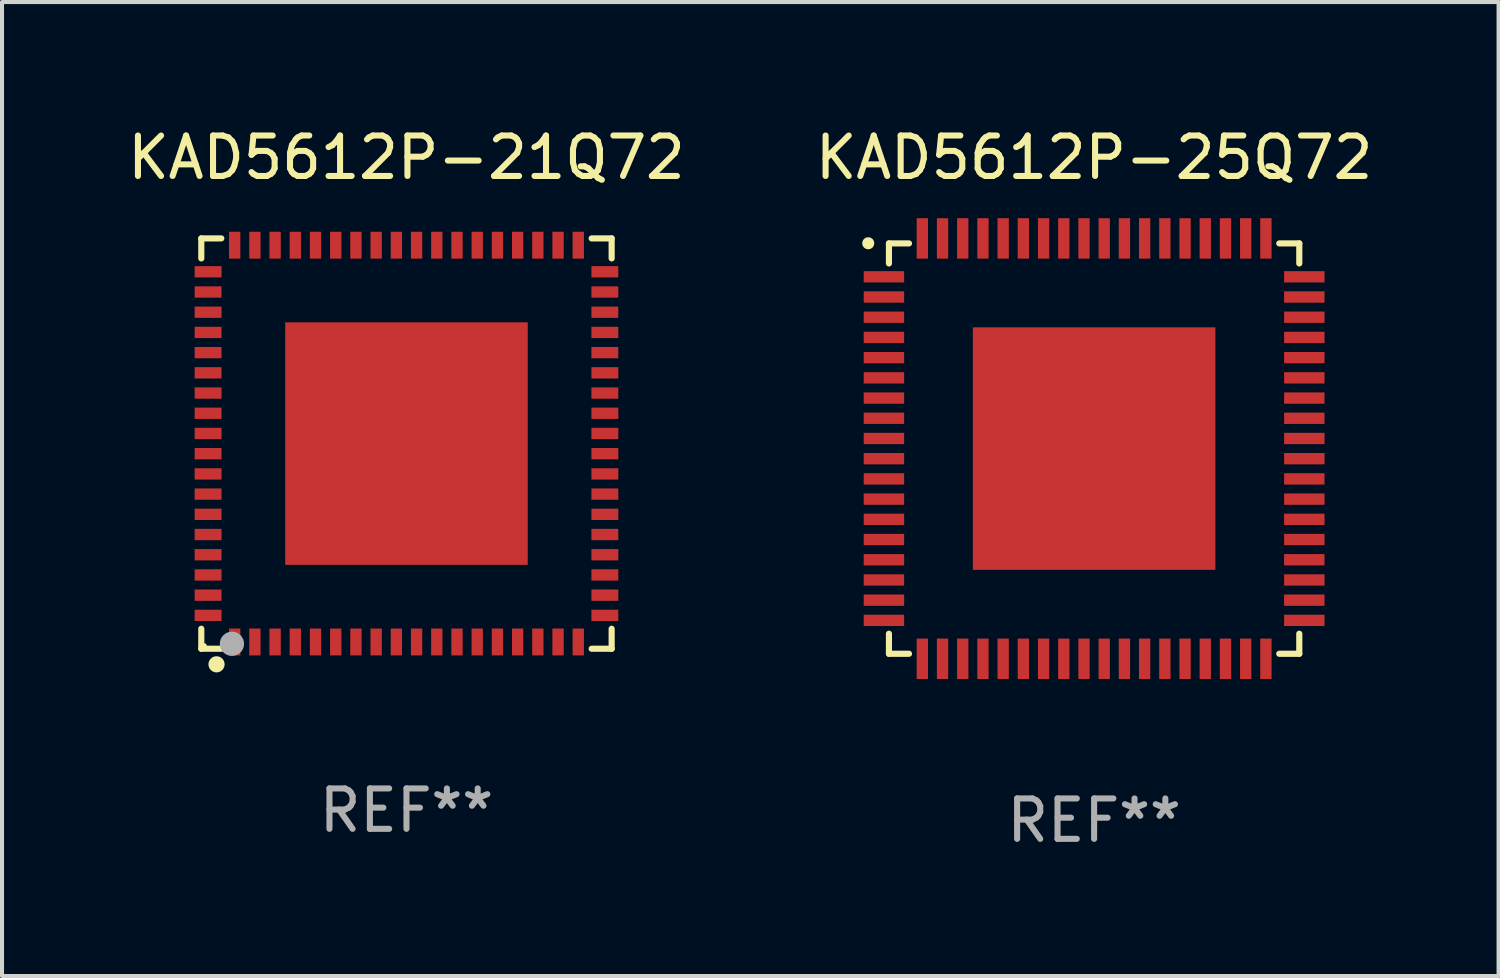
<source format=kicad_pcb>
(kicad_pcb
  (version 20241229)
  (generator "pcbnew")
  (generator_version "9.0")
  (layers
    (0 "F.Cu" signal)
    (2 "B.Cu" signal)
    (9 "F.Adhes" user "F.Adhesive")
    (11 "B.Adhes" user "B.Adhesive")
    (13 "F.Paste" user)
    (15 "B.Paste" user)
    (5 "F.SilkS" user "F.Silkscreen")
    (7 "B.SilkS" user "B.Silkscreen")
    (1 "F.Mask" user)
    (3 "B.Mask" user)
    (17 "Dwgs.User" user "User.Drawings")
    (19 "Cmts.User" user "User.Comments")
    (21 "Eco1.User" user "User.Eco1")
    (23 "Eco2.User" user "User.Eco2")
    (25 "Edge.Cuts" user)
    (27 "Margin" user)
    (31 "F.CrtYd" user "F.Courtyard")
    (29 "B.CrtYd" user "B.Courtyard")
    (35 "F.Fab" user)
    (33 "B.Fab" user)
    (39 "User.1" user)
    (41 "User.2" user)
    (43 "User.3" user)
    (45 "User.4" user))
  (footprint "KAD5612P-25Q72"
    (layer "F.Cu")
    (at 24.018 8.048)
    (property "Reference" "KAD5612P-25Q72" (at 0 -7.2 0) (layer "F.SilkS") (effects (font (size 1 1) (thickness 0.15))))
    (attr through_hole)
    (fp_line (start -5.076 -5.076) (end -5.076 -4.58) (stroke (width 0.152) (type solid)) (layer "F.SilkS"))
    (fp_line (start -5.076 5.076) (end -5.076 4.58) (stroke (width 0.152) (type solid)) (layer "F.SilkS"))
    (fp_line (start -4.58 -5.076) (end -5.076 -5.076) (stroke (width 0.152) (type solid)) (layer "F.SilkS"))
    (fp_line (start -4.58 5.076) (end -5.076 5.076) (stroke (width 0.152) (type solid)) (layer "F.SilkS"))
    (fp_line (start 4.58 -5.076) (end 5.076 -5.076) (stroke (width 0.152) (type solid)) (layer "F.SilkS"))
    (fp_line (start 4.58 5.076) (end 5.076 5.076) (stroke (width 0.152) (type solid)) (layer "F.SilkS"))
    (fp_line (start 5.076 -5.076) (end 5.076 -4.58) (stroke (width 0.152) (type solid)) (layer "F.SilkS"))
    (fp_line (start 5.076 5.076) (end 5.076 4.58) (stroke (width 0.152) (type solid)) (layer "F.SilkS"))
    (fp_circle (center -5.588 -5.08) (end -5.513 -5.08) (stroke (width 0.15) (type solid)) (fill no) (layer "F.SilkS"))
    (fp_text user "REF**" (at 0 9.2 0) (layer "F.Fab") (effects (font (size 1 1) (thickness 0.15))))
    (pad "1" smd rect (at -5.2 -4.25 270) (size 0.28 1) (layers "F.Cu" "F.Mask" "F.Paste"))
    (pad "2" smd rect (at -5.2 -3.75 270) (size 0.28 1) (layers "F.Cu" "F.Mask" "F.Paste"))
    (pad "3" smd rect (at -5.2 -3.25 270) (size 0.28 1) (layers "F.Cu" "F.Mask" "F.Paste"))
    (pad "4" smd rect (at -5.2 -2.75 270) (size 0.28 1) (layers "F.Cu" "F.Mask" "F.Paste"))
    (pad "5" smd rect (at -5.2 -2.25 270) (size 0.28 1) (layers "F.Cu" "F.Mask" "F.Paste"))
    (pad "6" smd rect (at -5.2 -1.75 270) (size 0.28 1) (layers "F.Cu" "F.Mask" "F.Paste"))
    (pad "7" smd rect (at -5.2 -1.25 270) (size 0.28 1) (layers "F.Cu" "F.Mask" "F.Paste"))
    (pad "8" smd rect (at -5.2 -0.75 270) (size 0.28 1) (layers "F.Cu" "F.Mask" "F.Paste"))
    (pad "9" smd rect (at -5.2 -0.25 270) (size 0.28 1) (layers "F.Cu" "F.Mask" "F.Paste"))
    (pad "10" smd rect (at -5.2 0.25 270) (size 0.28 1) (layers "F.Cu" "F.Mask" "F.Paste"))
    (pad "11" smd rect (at -5.2 0.75 270) (size 0.28 1) (layers "F.Cu" "F.Mask" "F.Paste"))
    (pad "12" smd rect (at -5.2 1.25 270) (size 0.28 1) (layers "F.Cu" "F.Mask" "F.Paste"))
    (pad "13" smd rect (at -5.2 1.75 270) (size 0.28 1) (layers "F.Cu" "F.Mask" "F.Paste"))
    (pad "14" smd rect (at -5.2 2.25 270) (size 0.28 1) (layers "F.Cu" "F.Mask" "F.Paste"))
    (pad "15" smd rect (at -5.2 2.75 270) (size 0.28 1) (layers "F.Cu" "F.Mask" "F.Paste"))
    (pad "16" smd rect (at -5.2 3.25 270) (size 0.28 1) (layers "F.Cu" "F.Mask" "F.Paste"))
    (pad "17" smd rect (at -5.2 3.75 270) (size 0.28 1) (layers "F.Cu" "F.Mask" "F.Paste"))
    (pad "18" smd rect (at -5.2 4.25 270) (size 0.28 1) (layers "F.Cu" "F.Mask" "F.Paste"))
    (pad "19" smd rect (at -4.25 5.2 270) (size 1 0.28) (layers "F.Cu" "F.Mask" "F.Paste"))
    (pad "20" smd rect (at -3.75 5.2 270) (size 1 0.28) (layers "F.Cu" "F.Mask" "F.Paste"))
    (pad "21" smd rect (at -3.25 5.2 270) (size 1 0.28) (layers "F.Cu" "F.Mask" "F.Paste"))
    (pad "22" smd rect (at -2.75 5.2 270) (size 1 0.28) (layers "F.Cu" "F.Mask" "F.Paste"))
    (pad "23" smd rect (at -2.25 5.2 270) (size 1 0.28) (layers "F.Cu" "F.Mask" "F.Paste"))
    (pad "24" smd rect (at -1.75 5.2 270) (size 1 0.28) (layers "F.Cu" "F.Mask" "F.Paste"))
    (pad "25" smd rect (at -1.25 5.2 270) (size 1 0.28) (layers "F.Cu" "F.Mask" "F.Paste"))
    (pad "26" smd rect (at -0.75 5.2 270) (size 1 0.28) (layers "F.Cu" "F.Mask" "F.Paste"))
    (pad "27" smd rect (at -0.25 5.2 270) (size 1 0.28) (layers "F.Cu" "F.Mask" "F.Paste"))
    (pad "28" smd rect (at 0.25 5.2 270) (size 1 0.28) (layers "F.Cu" "F.Mask" "F.Paste"))
    (pad "29" smd rect (at 0.75 5.2 270) (size 1 0.28) (layers "F.Cu" "F.Mask" "F.Paste"))
    (pad "30" smd rect (at 1.25 5.2 270) (size 1 0.28) (layers "F.Cu" "F.Mask" "F.Paste"))
    (pad "31" smd rect (at 1.75 5.2 270) (size 1 0.28) (layers "F.Cu" "F.Mask" "F.Paste"))
    (pad "32" smd rect (at 2.25 5.2 270) (size 1 0.28) (layers "F.Cu" "F.Mask" "F.Paste"))
    (pad "33" smd rect (at 2.75 5.2 270) (size 1 0.28) (layers "F.Cu" "F.Mask" "F.Paste"))
    (pad "34" smd rect (at 3.25 5.2 270) (size 1 0.28) (layers "F.Cu" "F.Mask" "F.Paste"))
    (pad "35" smd rect (at 3.75 5.2 270) (size 1 0.28) (layers "F.Cu" "F.Mask" "F.Paste"))
    (pad "36" smd rect (at 4.25 5.2 270) (size 1 0.28) (layers "F.Cu" "F.Mask" "F.Paste"))
    (pad "37" smd rect (at 5.2 4.25 270) (size 0.28 1) (layers "F.Cu" "F.Mask" "F.Paste"))
    (pad "38" smd rect (at 5.2 3.75 270) (size 0.28 1) (layers "F.Cu" "F.Mask" "F.Paste"))
    (pad "39" smd rect (at 5.2 3.25 270) (size 0.28 1) (layers "F.Cu" "F.Mask" "F.Paste"))
    (pad "40" smd rect (at 5.2 2.75 270) (size 0.28 1) (layers "F.Cu" "F.Mask" "F.Paste"))
    (pad "41" smd rect (at 5.2 2.25 270) (size 0.28 1) (layers "F.Cu" "F.Mask" "F.Paste"))
    (pad "42" smd rect (at 5.2 1.75 270) (size 0.28 1) (layers "F.Cu" "F.Mask" "F.Paste"))
    (pad "43" smd rect (at 5.2 1.25 270) (size 0.28 1) (layers "F.Cu" "F.Mask" "F.Paste"))
    (pad "44" smd rect (at 5.2 0.75 270) (size 0.28 1) (layers "F.Cu" "F.Mask" "F.Paste"))
    (pad "45" smd rect (at 5.2 0.25 270) (size 0.28 1) (layers "F.Cu" "F.Mask" "F.Paste"))
    (pad "46" smd rect (at 5.2 -0.25 270) (size 0.28 1) (layers "F.Cu" "F.Mask" "F.Paste"))
    (pad "47" smd rect (at 5.2 -0.75 270) (size 0.28 1) (layers "F.Cu" "F.Mask" "F.Paste"))
    (pad "48" smd rect (at 5.2 -1.25 270) (size 0.28 1) (layers "F.Cu" "F.Mask" "F.Paste"))
    (pad "49" smd rect (at 5.2 -1.75 270) (size 0.28 1) (layers "F.Cu" "F.Mask" "F.Paste"))
    (pad "50" smd rect (at 5.2 -2.25 270) (size 0.28 1) (layers "F.Cu" "F.Mask" "F.Paste"))
    (pad "51" smd rect (at 5.2 -2.75 270) (size 0.28 1) (layers "F.Cu" "F.Mask" "F.Paste"))
    (pad "52" smd rect (at 5.2 -3.25 270) (size 0.28 1) (layers "F.Cu" "F.Mask" "F.Paste"))
    (pad "53" smd rect (at 5.2 -3.75 270) (size 0.28 1) (layers "F.Cu" "F.Mask" "F.Paste"))
    (pad "54" smd rect (at 5.2 -4.25 270) (size 0.28 1) (layers "F.Cu" "F.Mask" "F.Paste"))
    (pad "55" smd rect (at 4.25 -5.2 270) (size 1 0.28) (layers "F.Cu" "F.Mask" "F.Paste"))
    (pad "56" smd rect (at 3.75 -5.2 270) (size 1 0.28) (layers "F.Cu" "F.Mask" "F.Paste"))
    (pad "57" smd rect (at 3.25 -5.2 270) (size 1 0.28) (layers "F.Cu" "F.Mask" "F.Paste"))
    (pad "58" smd rect (at 2.75 -5.2 270) (size 1 0.28) (layers "F.Cu" "F.Mask" "F.Paste"))
    (pad "59" smd rect (at 2.25 -5.2 270) (size 1 0.28) (layers "F.Cu" "F.Mask" "F.Paste"))
    (pad "60" smd rect (at 1.75 -5.2 270) (size 1 0.28) (layers "F.Cu" "F.Mask" "F.Paste"))
    (pad "61" smd rect (at 1.25 -5.2 270) (size 1 0.28) (layers "F.Cu" "F.Mask" "F.Paste"))
    (pad "62" smd rect (at 0.75 -5.2 270) (size 1 0.28) (layers "F.Cu" "F.Mask" "F.Paste"))
    (pad "63" smd rect (at 0.25 -5.2 270) (size 1 0.28) (layers "F.Cu" "F.Mask" "F.Paste"))
    (pad "64" smd rect (at -0.25 -5.2 270) (size 1 0.28) (layers "F.Cu" "F.Mask" "F.Paste"))
    (pad "65" smd rect (at -0.75 -5.2 270) (size 1 0.28) (layers "F.Cu" "F.Mask" "F.Paste"))
    (pad "66" smd rect (at -1.25 -5.2 270) (size 1 0.28) (layers "F.Cu" "F.Mask" "F.Paste"))
    (pad "67" smd rect (at -1.75 -5.2 270) (size 1 0.28) (layers "F.Cu" "F.Mask" "F.Paste"))
    (pad "68" smd rect (at -2.25 -5.2 270) (size 1 0.28) (layers "F.Cu" "F.Mask" "F.Paste"))
    (pad "69" smd rect (at -2.75 -5.2 270) (size 1 0.28) (layers "F.Cu" "F.Mask" "F.Paste"))
    (pad "70" smd rect (at -3.25 -5.2 270) (size 1 0.28) (layers "F.Cu" "F.Mask" "F.Paste"))
    (pad "71" smd rect (at -3.75 -5.2 270) (size 1 0.28) (layers "F.Cu" "F.Mask" "F.Paste"))
    (pad "72" smd rect (at -4.25 -5.2 270) (size 1 0.28) (layers "F.Cu" "F.Mask" "F.Paste"))
    (pad "73" smd rect (at 0.000025 -0.000076 270) (size 6 6) (layers "F.Cu" "F.Mask" "F.Paste")))
  (footprint "KAD5612P-21Q72"
    (layer "F.Cu")
    (at 7.006 7.924)
    (property "Reference" "KAD5612P-21Q72" (at 0 -7.076 0) (layer "F.SilkS") (effects (font (size 1 1) (thickness 0.15))))
    (attr through_hole)
    (fp_line (start -5.076 -5.076) (end -4.581 -5.076) (stroke (width 0.152) (type solid)) (layer "F.SilkS"))
    (fp_line (start -5.076 -4.581) (end -5.076 -5.076) (stroke (width 0.152) (type solid)) (layer "F.SilkS"))
    (fp_line (start -5.076 4.581) (end -5.076 5.076) (stroke (width 0.152) (type solid)) (layer "F.SilkS"))
    (fp_line (start -5.076 5.076) (end -4.581 5.076) (stroke (width 0.152) (type solid)) (layer "F.SilkS"))
    (fp_line (start 5.076 -5.076) (end 4.581 -5.076) (stroke (width 0.152) (type solid)) (layer "F.SilkS"))
    (fp_line (start 5.076 -4.581) (end 5.076 -5.076) (stroke (width 0.152) (type solid)) (layer "F.SilkS"))
    (fp_line (start 5.076 4.581) (end 5.076 5.076) (stroke (width 0.152) (type solid)) (layer "F.SilkS"))
    (fp_line (start 5.076 5.076) (end 4.581 5.076) (stroke (width 0.152) (type solid)) (layer "F.SilkS"))
    (fp_circle (center -5 5) (end -4.97 5) (stroke (width 0.06) (type solid)) (fill no) (layer "F.SilkS"))
    (fp_circle (center -4.699 5.461) (end -4.599 5.461) (stroke (width 0.2) (type solid)) (fill no) (layer "F.SilkS"))
    (fp_circle (center -4.318 4.953) (end -4.168 4.953) (stroke (width 0.3) (type solid)) (fill no) (layer "F.Fab"))
    (fp_text user "REF**" (at 0 9.076 0) (layer "F.Fab") (effects (font (size 1 1) (thickness 0.15))))
    (pad "1" smd rect (at -4.25 4.908) (size 0.28 0.665) (layers "F.Cu" "F.Mask" "F.Paste"))
    (pad "2" smd rect (at -3.75 4.908) (size 0.28 0.665) (layers "F.Cu" "F.Mask" "F.Paste"))
    (pad "3" smd rect (at -3.25 4.908) (size 0.28 0.665) (layers "F.Cu" "F.Mask" "F.Paste"))
    (pad "4" smd rect (at -2.75 4.908) (size 0.28 0.665) (layers "F.Cu" "F.Mask" "F.Paste"))
    (pad "5" smd rect (at -2.25 4.908) (size 0.28 0.665) (layers "F.Cu" "F.Mask" "F.Paste"))
    (pad "6" smd rect (at -1.75 4.908) (size 0.28 0.665) (layers "F.Cu" "F.Mask" "F.Paste"))
    (pad "7" smd rect (at -1.25 4.908) (size 0.28 0.665) (layers "F.Cu" "F.Mask" "F.Paste"))
    (pad "8" smd rect (at -0.75 4.908) (size 0.28 0.665) (layers "F.Cu" "F.Mask" "F.Paste"))
    (pad "9" smd rect (at -0.25 4.908) (size 0.28 0.665) (layers "F.Cu" "F.Mask" "F.Paste"))
    (pad "10" smd rect (at 0.25 4.908) (size 0.28 0.665) (layers "F.Cu" "F.Mask" "F.Paste"))
    (pad "11" smd rect (at 0.75 4.908) (size 0.28 0.665) (layers "F.Cu" "F.Mask" "F.Paste"))
    (pad "12" smd rect (at 1.25 4.908) (size 0.28 0.665) (layers "F.Cu" "F.Mask" "F.Paste"))
    (pad "13" smd rect (at 1.75 4.908) (size 0.28 0.665) (layers "F.Cu" "F.Mask" "F.Paste"))
    (pad "14" smd rect (at 2.25 4.908) (size 0.28 0.665) (layers "F.Cu" "F.Mask" "F.Paste"))
    (pad "15" smd rect (at 2.75 4.908) (size 0.28 0.665) (layers "F.Cu" "F.Mask" "F.Paste"))
    (pad "16" smd rect (at 3.25 4.908) (size 0.28 0.665) (layers "F.Cu" "F.Mask" "F.Paste"))
    (pad "17" smd rect (at 3.75 4.908) (size 0.28 0.665) (layers "F.Cu" "F.Mask" "F.Paste"))
    (pad "18" smd rect (at 4.25 4.908) (size 0.28 0.665) (layers "F.Cu" "F.Mask" "F.Paste"))
    (pad "19" smd rect (at 4.908 4.25) (size 0.665 0.28) (layers "F.Cu" "F.Mask" "F.Paste"))
    (pad "20" smd rect (at 4.908 3.75) (size 0.665 0.28) (layers "F.Cu" "F.Mask" "F.Paste"))
    (pad "21" smd rect (at 4.908 3.25) (size 0.665 0.28) (layers "F.Cu" "F.Mask" "F.Paste"))
    (pad "22" smd rect (at 4.908 2.75) (size 0.665 0.28) (layers "F.Cu" "F.Mask" "F.Paste"))
    (pad "23" smd rect (at 4.908 2.25) (size 0.665 0.28) (layers "F.Cu" "F.Mask" "F.Paste"))
    (pad "24" smd rect (at 4.908 1.75) (size 0.665 0.28) (layers "F.Cu" "F.Mask" "F.Paste"))
    (pad "25" smd rect (at 4.908 1.25) (size 0.665 0.28) (layers "F.Cu" "F.Mask" "F.Paste"))
    (pad "26" smd rect (at 4.908 0.75) (size 0.665 0.28) (layers "F.Cu" "F.Mask" "F.Paste"))
    (pad "27" smd rect (at 4.908 0.25) (size 0.665 0.28) (layers "F.Cu" "F.Mask" "F.Paste"))
    (pad "28" smd rect (at 4.908 -0.25) (size 0.665 0.28) (layers "F.Cu" "F.Mask" "F.Paste"))
    (pad "29" smd rect (at 4.908 -0.75) (size 0.665 0.28) (layers "F.Cu" "F.Mask" "F.Paste"))
    (pad "30" smd rect (at 4.908 -1.25) (size 0.665 0.28) (layers "F.Cu" "F.Mask" "F.Paste"))
    (pad "31" smd rect (at 4.908 -1.75) (size 0.665 0.28) (layers "F.Cu" "F.Mask" "F.Paste"))
    (pad "32" smd rect (at 4.908 -2.25) (size 0.665 0.28) (layers "F.Cu" "F.Mask" "F.Paste"))
    (pad "33" smd rect (at 4.908 -2.75) (size 0.665 0.28) (layers "F.Cu" "F.Mask" "F.Paste"))
    (pad "34" smd rect (at 4.908 -3.25) (size 0.665 0.28) (layers "F.Cu" "F.Mask" "F.Paste"))
    (pad "35" smd rect (at 4.908 -3.75) (size 0.665 0.28) (layers "F.Cu" "F.Mask" "F.Paste"))
    (pad "36" smd rect (at 4.908 -4.25) (size 0.665 0.28) (layers "F.Cu" "F.Mask" "F.Paste"))
    (pad "37" smd rect (at 4.25 -4.908) (size 0.28 0.665) (layers "F.Cu" "F.Mask" "F.Paste"))
    (pad "38" smd rect (at 3.75 -4.908) (size 0.28 0.665) (layers "F.Cu" "F.Mask" "F.Paste"))
    (pad "39" smd rect (at 3.25 -4.908) (size 0.28 0.665) (layers "F.Cu" "F.Mask" "F.Paste"))
    (pad "40" smd rect (at 2.75 -4.908) (size 0.28 0.665) (layers "F.Cu" "F.Mask" "F.Paste"))
    (pad "41" smd rect (at 2.25 -4.908) (size 0.28 0.665) (layers "F.Cu" "F.Mask" "F.Paste"))
    (pad "42" smd rect (at 1.75 -4.908) (size 0.28 0.665) (layers "F.Cu" "F.Mask" "F.Paste"))
    (pad "43" smd rect (at 1.25 -4.908) (size 0.28 0.665) (layers "F.Cu" "F.Mask" "F.Paste"))
    (pad "44" smd rect (at 0.75 -4.908) (size 0.28 0.665) (layers "F.Cu" "F.Mask" "F.Paste"))
    (pad "45" smd rect (at 0.25 -4.908) (size 0.28 0.665) (layers "F.Cu" "F.Mask" "F.Paste"))
    (pad "46" smd rect (at -0.25 -4.908) (size 0.28 0.665) (layers "F.Cu" "F.Mask" "F.Paste"))
    (pad "47" smd rect (at -0.75 -4.908) (size 0.28 0.665) (layers "F.Cu" "F.Mask" "F.Paste"))
    (pad "48" smd rect (at -1.25 -4.908) (size 0.28 0.665) (layers "F.Cu" "F.Mask" "F.Paste"))
    (pad "49" smd rect (at -1.75 -4.908) (size 0.28 0.665) (layers "F.Cu" "F.Mask" "F.Paste"))
    (pad "50" smd rect (at -2.25 -4.908) (size 0.28 0.665) (layers "F.Cu" "F.Mask" "F.Paste"))
    (pad "51" smd rect (at -2.75 -4.908) (size 0.28 0.665) (layers "F.Cu" "F.Mask" "F.Paste"))
    (pad "52" smd rect (at -3.25 -4.908) (size 0.28 0.665) (layers "F.Cu" "F.Mask" "F.Paste"))
    (pad "53" smd rect (at -3.75 -4.908) (size 0.28 0.665) (layers "F.Cu" "F.Mask" "F.Paste"))
    (pad "54" smd rect (at -4.25 -4.908) (size 0.28 0.665) (layers "F.Cu" "F.Mask" "F.Paste"))
    (pad "55" smd rect (at -4.908 -4.25) (size 0.665 0.28) (layers "F.Cu" "F.Mask" "F.Paste"))
    (pad "56" smd rect (at -4.908 -3.75) (size 0.665 0.28) (layers "F.Cu" "F.Mask" "F.Paste"))
    (pad "57" smd rect (at -4.908 -3.25) (size 0.665 0.28) (layers "F.Cu" "F.Mask" "F.Paste"))
    (pad "58" smd rect (at -4.908 -2.75) (size 0.665 0.28) (layers "F.Cu" "F.Mask" "F.Paste"))
    (pad "59" smd rect (at -4.908 -2.25) (size 0.665 0.28) (layers "F.Cu" "F.Mask" "F.Paste"))
    (pad "60" smd rect (at -4.908 -1.75) (size 0.665 0.28) (layers "F.Cu" "F.Mask" "F.Paste"))
    (pad "61" smd rect (at -4.908 -1.25) (size 0.665 0.28) (layers "F.Cu" "F.Mask" "F.Paste"))
    (pad "62" smd rect (at -4.908 -0.75) (size 0.665 0.28) (layers "F.Cu" "F.Mask" "F.Paste"))
    (pad "63" smd rect (at -4.908 -0.25) (size 0.665 0.28) (layers "F.Cu" "F.Mask" "F.Paste"))
    (pad "64" smd rect (at -4.908 0.25) (size 0.665 0.28) (layers "F.Cu" "F.Mask" "F.Paste"))
    (pad "65" smd rect (at -4.908 0.75) (size 0.665 0.28) (layers "F.Cu" "F.Mask" "F.Paste"))
    (pad "66" smd rect (at -4.908 1.25) (size 0.665 0.28) (layers "F.Cu" "F.Mask" "F.Paste"))
    (pad "67" smd rect (at -4.908 1.75) (size 0.665 0.28) (layers "F.Cu" "F.Mask" "F.Paste"))
    (pad "68" smd rect (at -4.908 2.25) (size 0.665 0.28) (layers "F.Cu" "F.Mask" "F.Paste"))
    (pad "69" smd rect (at -4.908 2.75) (size 0.665 0.28) (layers "F.Cu" "F.Mask" "F.Paste"))
    (pad "70" smd rect (at -4.908 3.25) (size 0.665 0.28) (layers "F.Cu" "F.Mask" "F.Paste"))
    (pad "71" smd rect (at -4.908 3.75) (size 0.665 0.28) (layers "F.Cu" "F.Mask" "F.Paste"))
    (pad "72" smd rect (at -4.908 4.25) (size 0.665 0.28) (layers "F.Cu" "F.Mask" "F.Paste"))
    (pad "73" smd rect (at 0 0) (size 6 6) (layers "F.Cu" "F.Mask" "F.Paste")))
  (gr_rect
    (start -3 -3)
    (end 34.024 21.096)
    (stroke (width 0.1) (type default))
    (fill no)
    (layer "Edge.Cuts")))
</source>
